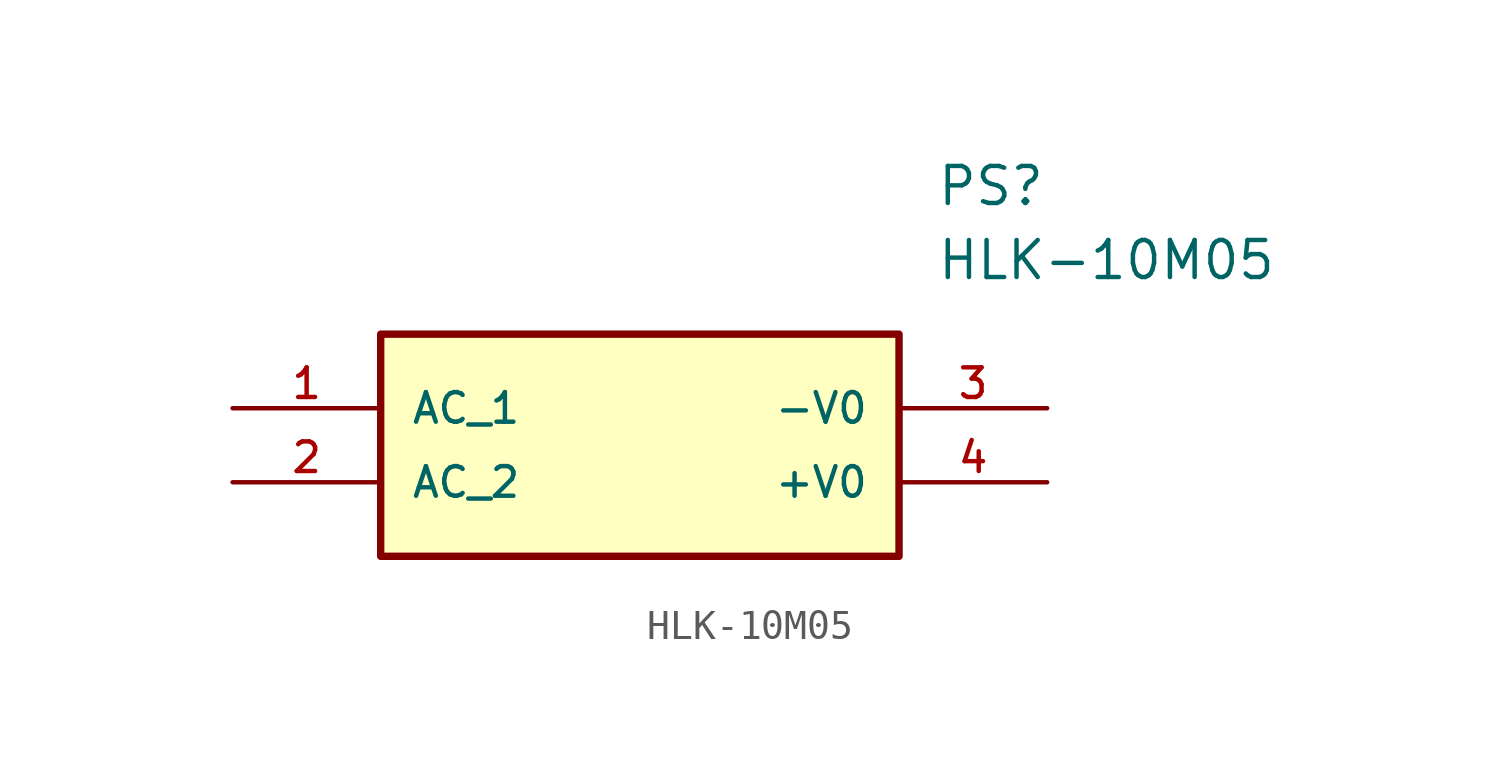
<source format=kicad_sym>
(kicad_symbol_lib
  (version 20211014)
  (generator kicad_symbol_editor)
  (symbol "HLK-10M05"
    (pin_names
      (offset 1.016))
    (property "Reference" "PS"
      (at 24.13 7.62 0)
      (effects (font (size 1.27 1.27)) (justify left)))
    (property "Value" "HLK-10M05"
      (at 24.13 5.08 0)
      (effects (font (size 1.27 1.27)) (justify left)))
    (symbol "HLK-10M05_0_0"
      (rectangle (start 5.08 -5.08) (end 22.86 2.54) (stroke (width 0.254)) (fill (type background)))
      (pin bidirectional line (at 0.0 0.0 0) (length 5.08) (name "AC_1" (effects (font (size 1.016 1.016)))) (number "1" (effects (font (size 1.016 1.016)))))
      (pin bidirectional line (at 0.0 -2.54 0) (length 5.08) (name "AC_2" (effects (font (size 1.016 1.016)))) (number "2" (effects (font (size 1.016 1.016)))))
      (pin bidirectional line (at 27.94 0.0 180.0) (length 5.08) (name "-V0" (effects (font (size 1.016 1.016)))) (number "3" (effects (font (size 1.016 1.016)))))
      (pin bidirectional line (at 27.94 -2.54 180.0) (length 5.08) (name "+V0" (effects (font (size 1.016 1.016)))) (number "4" (effects (font (size 1.016 1.016))))))))
</source>
